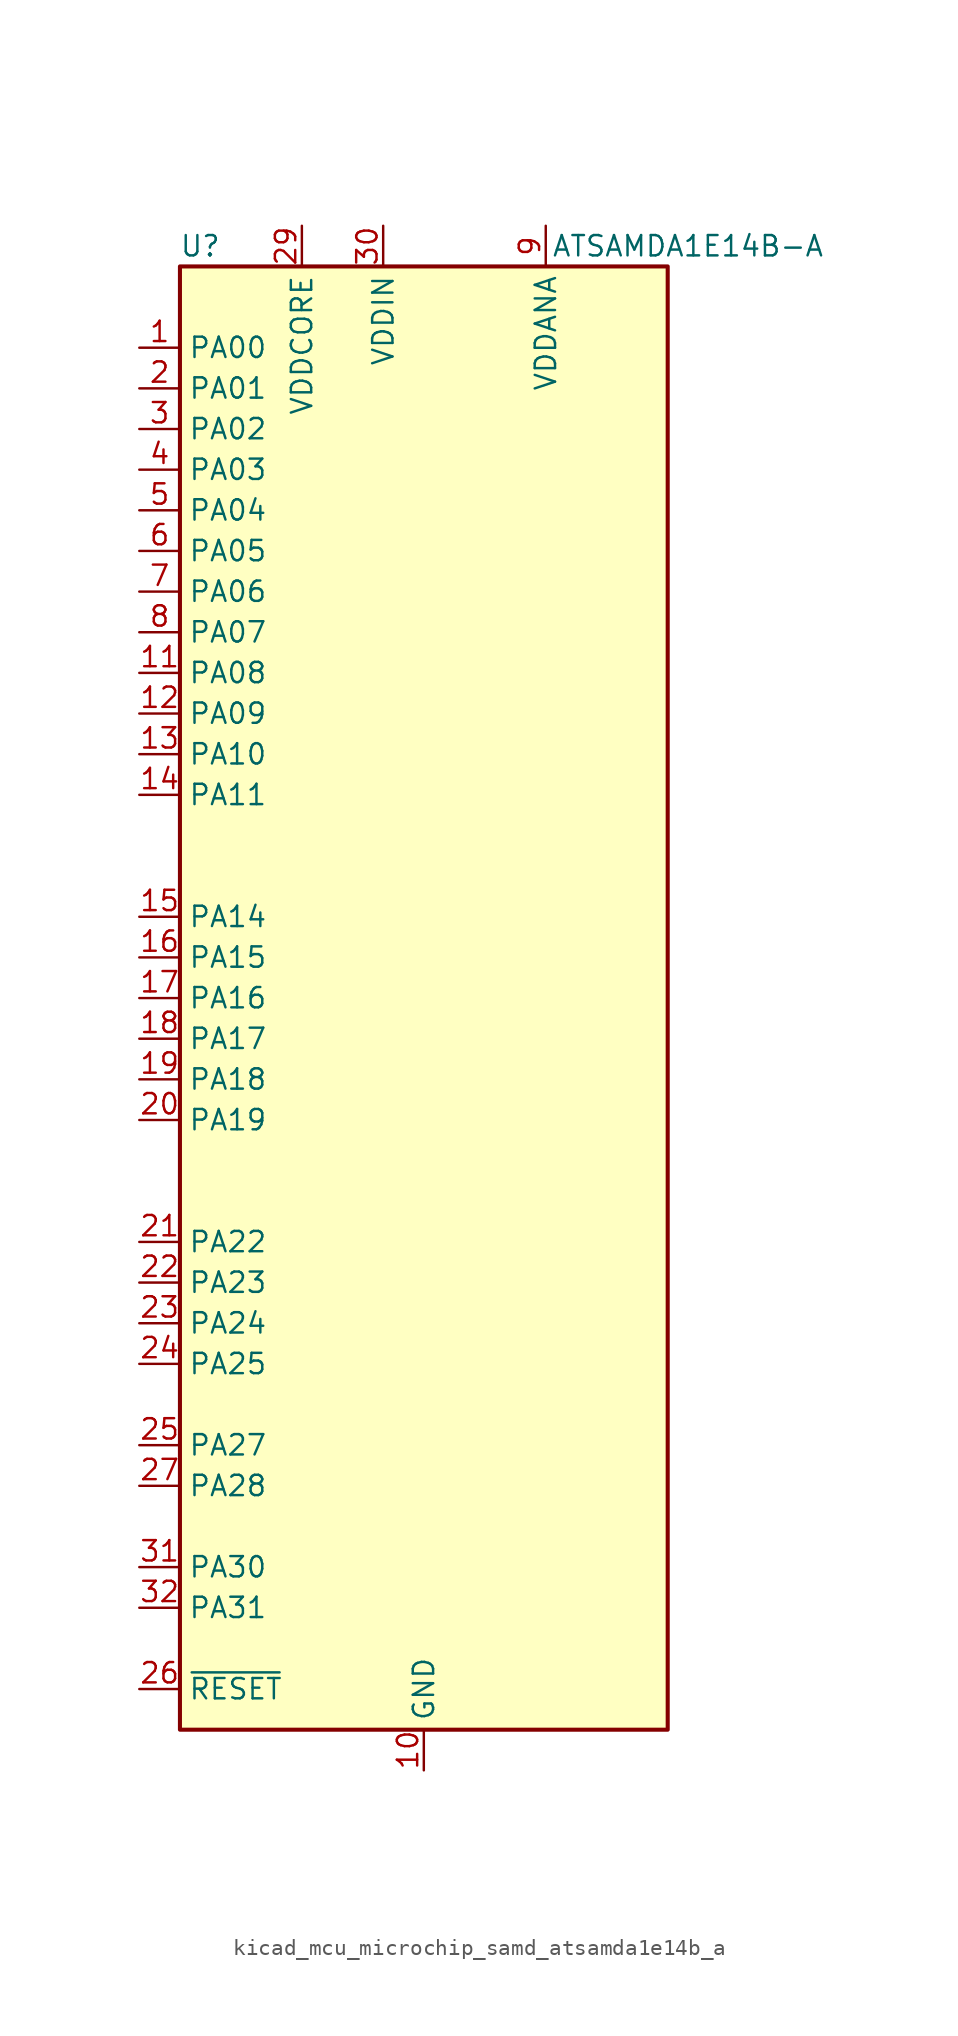
<source format=kicad_sym>
(kicad_symbol_lib
  (version 20220914)
  (generator kicad_symbol_editor)
  (symbol "kicad_mcu_microchip_samd_atsamda1e14b_a"
    (property "Reference" "U"
      (at -13.97 46.99 0)
      (effects (font (size 1.27 1.27))))
    (property "Value" "ATSAMDA1E14B-A"
      (at 16.51 46.99 0)
      (effects (font (size 1.27 1.27))))
    (symbol "kicad_mcu_microchip_samd_atsamda1e14b_a_1_1"
      (rectangle (start -15.24 45.72) (end 15.24 -45.72) (stroke (width 0.254) (type default)) (fill (type background)))
      (pin bidirectional line (at -17.78 40.64 0) (length 2.54) (name "PA00" (effects (font (size 1.27 1.27)))) (number "1" (effects (font (size 1.27 1.27)))))
      (pin power_in line (at 0 -48.26 90) (length 2.54) (name "GND" (effects (font (size 1.27 1.27)))) (number "10" (effects (font (size 1.27 1.27)))))
      (pin bidirectional line (at -17.78 20.32 0) (length 2.54) (name "PA08" (effects (font (size 1.27 1.27)))) (number "11" (effects (font (size 1.27 1.27)))))
      (pin bidirectional line (at -17.78 17.78 0) (length 2.54) (name "PA09" (effects (font (size 1.27 1.27)))) (number "12" (effects (font (size 1.27 1.27)))))
      (pin bidirectional line (at -17.78 15.24 0) (length 2.54) (name "PA10" (effects (font (size 1.27 1.27)))) (number "13" (effects (font (size 1.27 1.27)))))
      (pin bidirectional line (at -17.78 12.7 0) (length 2.54) (name "PA11" (effects (font (size 1.27 1.27)))) (number "14" (effects (font (size 1.27 1.27)))))
      (pin bidirectional line (at -17.78 5.08 0) (length 2.54) (name "PA14" (effects (font (size 1.27 1.27)))) (number "15" (effects (font (size 1.27 1.27)))))
      (pin bidirectional line (at -17.78 2.54 0) (length 2.54) (name "PA15" (effects (font (size 1.27 1.27)))) (number "16" (effects (font (size 1.27 1.27)))))
      (pin bidirectional line (at -17.78 0 0) (length 2.54) (name "PA16" (effects (font (size 1.27 1.27)))) (number "17" (effects (font (size 1.27 1.27)))))
      (pin bidirectional line (at -17.78 -2.54 0) (length 2.54) (name "PA17" (effects (font (size 1.27 1.27)))) (number "18" (effects (font (size 1.27 1.27)))))
      (pin bidirectional line (at -17.78 -5.08 0) (length 2.54) (name "PA18" (effects (font (size 1.27 1.27)))) (number "19" (effects (font (size 1.27 1.27)))))
      (pin bidirectional line (at -17.78 38.1 0) (length 2.54) (name "PA01" (effects (font (size 1.27 1.27)))) (number "2" (effects (font (size 1.27 1.27)))))
      (pin bidirectional line (at -17.78 -7.62 0) (length 2.54) (name "PA19" (effects (font (size 1.27 1.27)))) (number "20" (effects (font (size 1.27 1.27)))))
      (pin bidirectional line (at -17.78 -15.24 0) (length 2.54) (name "PA22" (effects (font (size 1.27 1.27)))) (number "21" (effects (font (size 1.27 1.27)))))
      (pin bidirectional line (at -17.78 -17.78 0) (length 2.54) (name "PA23" (effects (font (size 1.27 1.27)))) (number "22" (effects (font (size 1.27 1.27)))))
      (pin bidirectional line (at -17.78 -20.32 0) (length 2.54) (name "PA24" (effects (font (size 1.27 1.27)))) (number "23" (effects (font (size 1.27 1.27)))))
      (pin bidirectional line (at -17.78 -22.86 0) (length 2.54) (name "PA25" (effects (font (size 1.27 1.27)))) (number "24" (effects (font (size 1.27 1.27)))))
      (pin bidirectional line (at -17.78 -27.94 0) (length 2.54) (name "PA27" (effects (font (size 1.27 1.27)))) (number "25" (effects (font (size 1.27 1.27)))))
      (pin input line (at -17.78 -43.18 0) (length 2.54) (name "~{RESET}" (effects (font (size 1.27 1.27)))) (number "26" (effects (font (size 1.27 1.27)))))
      (pin bidirectional line (at -17.78 -30.48 0) (length 2.54) (name "PA28" (effects (font (size 1.27 1.27)))) (number "27" (effects (font (size 1.27 1.27)))))
      (pin passive line (at 0 -48.26 90) (length 2.54) hide (name "GND" (effects (font (size 1.27 1.27)))) (number "28" (effects (font (size 1.27 1.27)))))
      (pin power_out line (at -7.62 48.26 270) (length 2.54) (name "VDDCORE" (effects (font (size 1.27 1.27)))) (number "29" (effects (font (size 1.27 1.27)))))
      (pin bidirectional line (at -17.78 35.56 0) (length 2.54) (name "PA02" (effects (font (size 1.27 1.27)))) (number "3" (effects (font (size 1.27 1.27)))))
      (pin power_in line (at -2.54 48.26 270) (length 2.54) (name "VDDIN" (effects (font (size 1.27 1.27)))) (number "30" (effects (font (size 1.27 1.27)))))
      (pin bidirectional line (at -17.78 -35.56 0) (length 2.54) (name "PA30" (effects (font (size 1.27 1.27)))) (number "31" (effects (font (size 1.27 1.27)))))
      (pin bidirectional line (at -17.78 -38.1 0) (length 2.54) (name "PA31" (effects (font (size 1.27 1.27)))) (number "32" (effects (font (size 1.27 1.27)))))
      (pin bidirectional line (at -17.78 33.02 0) (length 2.54) (name "PA03" (effects (font (size 1.27 1.27)))) (number "4" (effects (font (size 1.27 1.27)))))
      (pin bidirectional line (at -17.78 30.48 0) (length 2.54) (name "PA04" (effects (font (size 1.27 1.27)))) (number "5" (effects (font (size 1.27 1.27)))))
      (pin bidirectional line (at -17.78 27.94 0) (length 2.54) (name "PA05" (effects (font (size 1.27 1.27)))) (number "6" (effects (font (size 1.27 1.27)))))
      (pin bidirectional line (at -17.78 25.4 0) (length 2.54) (name "PA06" (effects (font (size 1.27 1.27)))) (number "7" (effects (font (size 1.27 1.27)))))
      (pin bidirectional line (at -17.78 22.86 0) (length 2.54) (name "PA07" (effects (font (size 1.27 1.27)))) (number "8" (effects (font (size 1.27 1.27)))))
      (pin power_in line (at 7.62 48.26 270) (length 2.54) (name "VDDANA" (effects (font (size 1.27 1.27)))) (number "9" (effects (font (size 1.27 1.27))))))))
</source>
